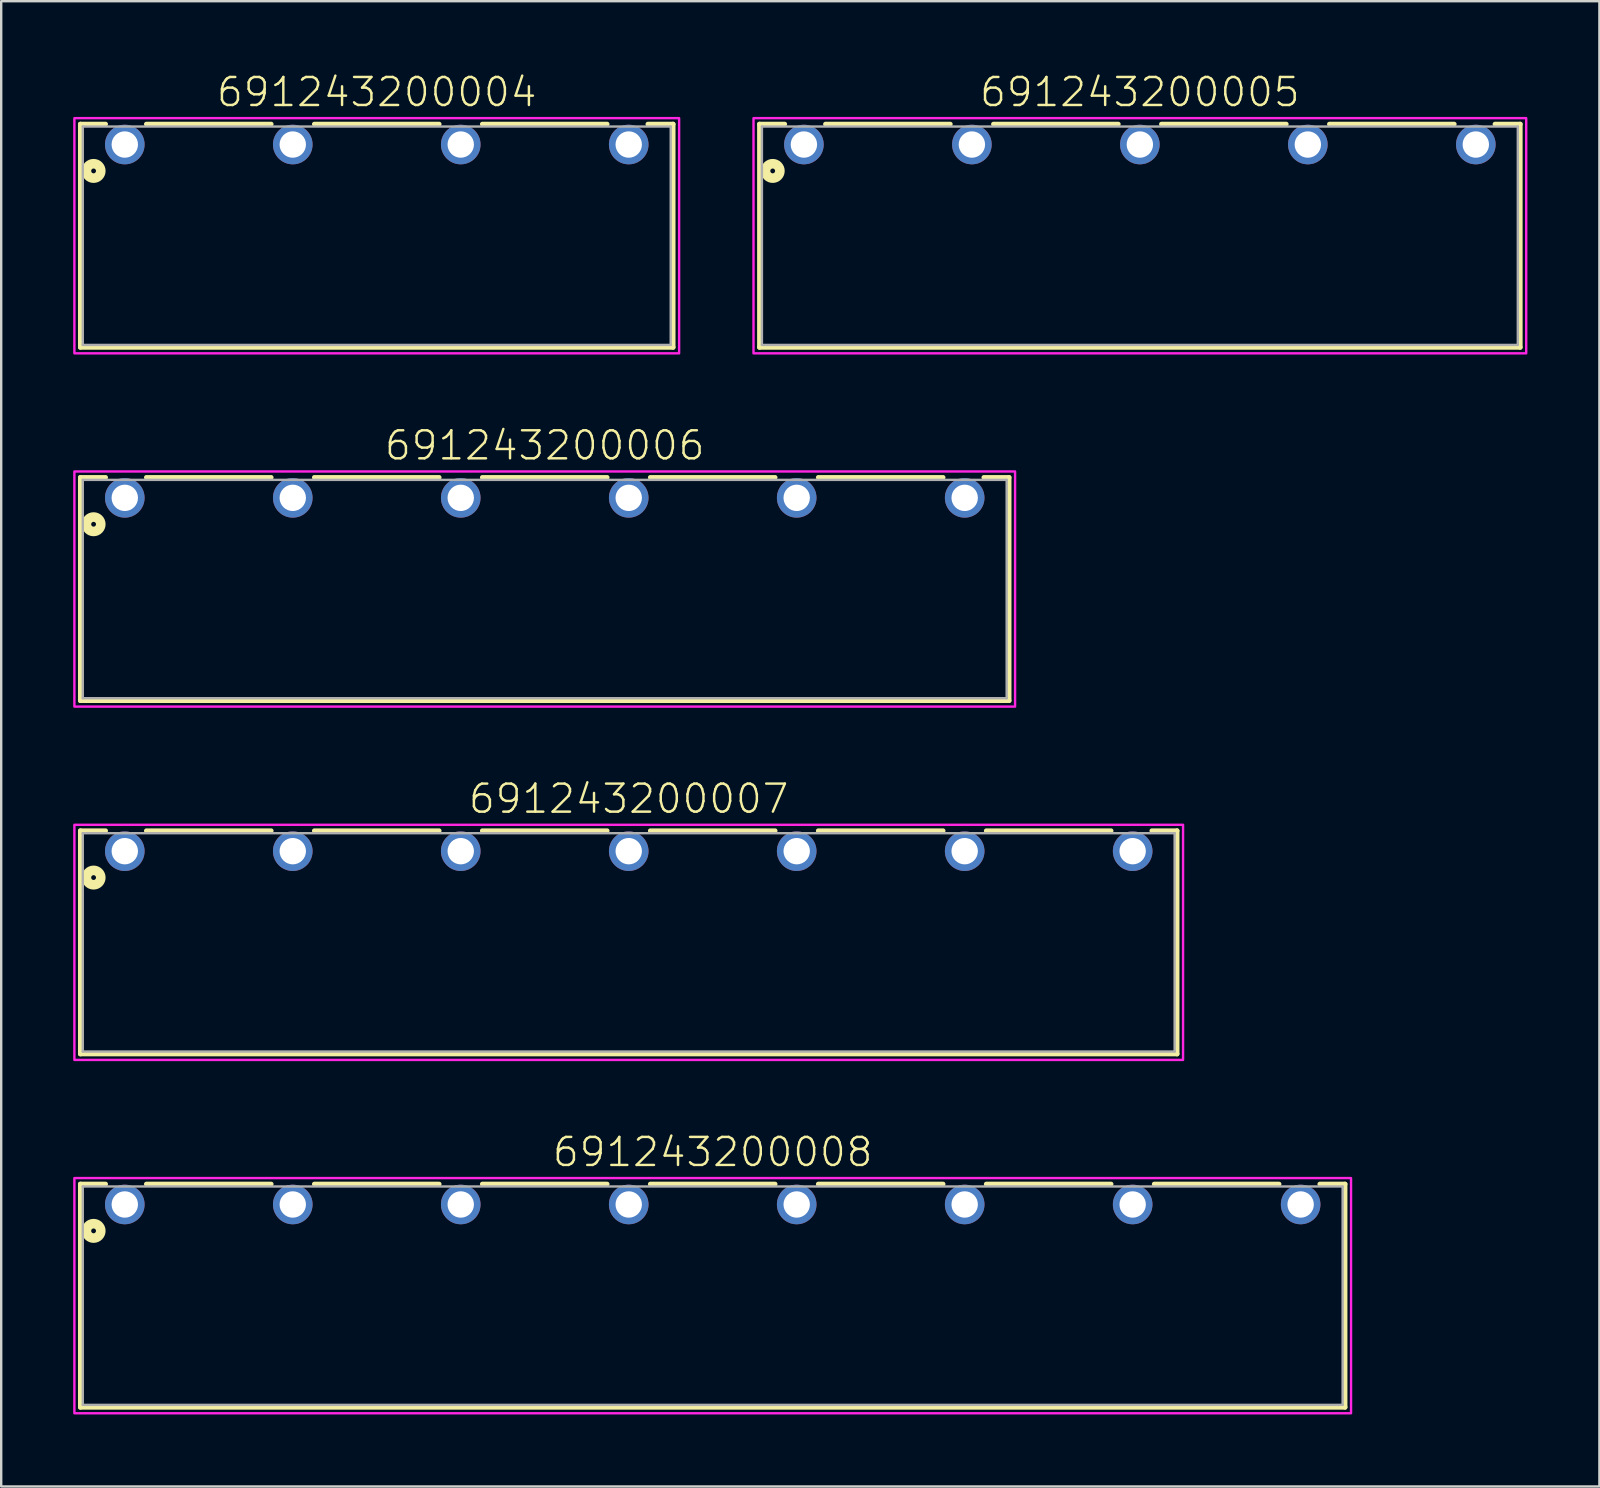
<source format=kicad_pcb>
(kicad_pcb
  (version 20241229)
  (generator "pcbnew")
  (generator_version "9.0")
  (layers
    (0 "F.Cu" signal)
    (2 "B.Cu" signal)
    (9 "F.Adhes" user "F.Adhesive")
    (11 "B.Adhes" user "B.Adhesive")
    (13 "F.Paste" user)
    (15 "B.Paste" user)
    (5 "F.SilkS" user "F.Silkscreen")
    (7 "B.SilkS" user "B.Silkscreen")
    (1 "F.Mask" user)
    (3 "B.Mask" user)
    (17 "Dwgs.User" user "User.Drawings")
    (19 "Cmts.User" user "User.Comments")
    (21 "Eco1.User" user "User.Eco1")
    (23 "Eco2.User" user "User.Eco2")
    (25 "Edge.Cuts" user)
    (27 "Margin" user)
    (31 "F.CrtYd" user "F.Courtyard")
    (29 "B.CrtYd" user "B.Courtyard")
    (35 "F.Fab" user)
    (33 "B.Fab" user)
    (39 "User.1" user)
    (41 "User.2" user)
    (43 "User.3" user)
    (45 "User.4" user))
  (footprint "691243200005"
    (layer "F.Cu")
    (at 44.45 2.973)
    (property "Reference" "691243200005" (at 0 -1.5 0) (unlocked yes) (layer "F.SilkS") (effects (font (size 1.168 1.168) (thickness 0.102)) (justify bottom)))
    (fp_line (start -15.85 -0.85) (end -14.8 -0.85) (stroke (width 0.2) (type solid)) (layer "F.SilkS"))
    (fp_line (start -15.85 8.45) (end -15.85 -0.85) (stroke (width 0.2) (type solid)) (layer "F.SilkS"))
    (fp_line (start -13.1 -0.85) (end -7.9 -0.85) (stroke (width 0.2) (type solid)) (layer "F.SilkS"))
    (fp_line (start -6.1 -0.85) (end -0.9 -0.85) (stroke (width 0.2) (type solid)) (layer "F.SilkS"))
    (fp_line (start 0.9 -0.85) (end 6.1 -0.85) (stroke (width 0.2) (type solid)) (layer "F.SilkS"))
    (fp_line (start 7.9 -0.85) (end 13.1 -0.85) (stroke (width 0.2) (type solid)) (layer "F.SilkS"))
    (fp_line (start 14.8 -0.85) (end 15.85 -0.85) (stroke (width 0.2) (type solid)) (layer "F.SilkS"))
    (fp_line (start 15.85 -0.85) (end 15.85 8.45) (stroke (width 0.2) (type solid)) (layer "F.SilkS"))
    (fp_line (start 15.85 8.45) (end -15.85 8.45) (stroke (width 0.2) (type solid)) (layer "F.SilkS"))
    (fp_circle (center -15.3 1.1) (end -15.2 1.1) (stroke (width 0.4) (type solid)) (fill no) (layer "F.SilkS"))
    (fp_poly (pts (xy 16.1 8.7) (xy -16.1 8.7) (xy -16.1 -1.1) (xy 16.1 -1.1)) (stroke (width 0.1) (type default)) (fill no) (layer "F.CrtYd"))
    (fp_line (start -15.75 -0.75) (end 15.75 -0.75) (stroke (width 0.1) (type solid)) (layer "F.Fab"))
    (fp_line (start -15.75 8.35) (end -15.75 -0.75) (stroke (width 0.1) (type solid)) (layer "F.Fab"))
    (fp_line (start 15.75 -0.75) (end 15.75 8.35) (stroke (width 0.1) (type solid)) (layer "F.Fab"))
    (fp_line (start 15.75 8.35) (end -15.75 8.35) (stroke (width 0.1) (type solid)) (layer "F.Fab"))
    (pad "1" thru_hole circle (at -14 0 180) (size 1.65 1.65) (drill 1.1) (layers "*.Cu" "*.Mask"))
    (pad "2" thru_hole circle (at -7 0 180) (size 1.65 1.65) (drill 1.1) (layers "*.Cu" "*.Mask"))
    (pad "3" thru_hole circle (at 0 0 180) (size 1.65 1.65) (drill 1.1) (layers "*.Cu" "*.Mask"))
    (pad "4" thru_hole circle (at 7 0 180) (size 1.65 1.65) (drill 1.1) (layers "*.Cu" "*.Mask"))
    (pad "5" thru_hole circle (at 14 0 180) (size 1.65 1.65) (drill 1.1) (layers "*.Cu" "*.Mask")))
  (footprint "691243200008"
    (layer "F.Cu")
    (at 26.65 47.143)
    (property "Reference" "691243200008" (at 0 -1.5 0) (unlocked yes) (layer "F.SilkS") (effects (font (size 1.168 1.168) (thickness 0.102)) (justify bottom)))
    (fp_line (start -26.35 -0.85) (end -25.3 -0.85) (stroke (width 0.2) (type solid)) (layer "F.SilkS"))
    (fp_line (start -26.35 8.45) (end -26.35 -0.85) (stroke (width 0.2) (type solid)) (layer "F.SilkS"))
    (fp_line (start -23.6 -0.85) (end -18.4 -0.85) (stroke (width 0.2) (type solid)) (layer "F.SilkS"))
    (fp_line (start -16.6 -0.85) (end -11.4 -0.85) (stroke (width 0.2) (type solid)) (layer "F.SilkS"))
    (fp_line (start -9.6 -0.85) (end -4.4 -0.85) (stroke (width 0.2) (type solid)) (layer "F.SilkS"))
    (fp_line (start -2.6 -0.85) (end 2.6 -0.85) (stroke (width 0.2) (type solid)) (layer "F.SilkS"))
    (fp_line (start 4.4 -0.85) (end 9.6 -0.85) (stroke (width 0.2) (type solid)) (layer "F.SilkS"))
    (fp_line (start 11.4 -0.85) (end 16.6 -0.85) (stroke (width 0.2) (type solid)) (layer "F.SilkS"))
    (fp_line (start 18.4 -0.85) (end 23.6 -0.85) (stroke (width 0.2) (type solid)) (layer "F.SilkS"))
    (fp_line (start 25.3 -0.85) (end 26.35 -0.85) (stroke (width 0.2) (type solid)) (layer "F.SilkS"))
    (fp_line (start 26.35 -0.85) (end 26.35 8.45) (stroke (width 0.2) (type solid)) (layer "F.SilkS"))
    (fp_line (start 26.35 8.45) (end -26.35 8.45) (stroke (width 0.2) (type solid)) (layer "F.SilkS"))
    (fp_circle (center -25.8 1.1) (end -25.7 1.1) (stroke (width 0.4) (type solid)) (fill no) (layer "F.SilkS"))
    (fp_poly (pts (xy 26.6 8.7) (xy -26.6 8.7) (xy -26.6 -1.1) (xy 26.6 -1.1)) (stroke (width 0.1) (type default)) (fill no) (layer "F.CrtYd"))
    (fp_line (start -26.25 -0.75) (end 26.25 -0.75) (stroke (width 0.1) (type solid)) (layer "F.Fab"))
    (fp_line (start -26.25 8.35) (end -26.25 -0.75) (stroke (width 0.1) (type solid)) (layer "F.Fab"))
    (fp_line (start 26.25 -0.75) (end 26.25 8.35) (stroke (width 0.1) (type solid)) (layer "F.Fab"))
    (fp_line (start 26.25 8.35) (end -26.25 8.35) (stroke (width 0.1) (type solid)) (layer "F.Fab"))
    (pad "1" thru_hole circle (at -24.5 0 180) (size 1.65 1.65) (drill 1.1) (layers "*.Cu" "*.Mask"))
    (pad "2" thru_hole circle (at -17.5 0 180) (size 1.65 1.65) (drill 1.1) (layers "*.Cu" "*.Mask"))
    (pad "3" thru_hole circle (at -10.5 0 180) (size 1.65 1.65) (drill 1.1) (layers "*.Cu" "*.Mask"))
    (pad "4" thru_hole circle (at -3.5 0 180) (size 1.65 1.65) (drill 1.1) (layers "*.Cu" "*.Mask"))
    (pad "5" thru_hole circle (at 3.5 0 180) (size 1.65 1.65) (drill 1.1) (layers "*.Cu" "*.Mask"))
    (pad "6" thru_hole circle (at 10.5 0 180) (size 1.65 1.65) (drill 1.1) (layers "*.Cu" "*.Mask"))
    (pad "7" thru_hole circle (at 17.5 0 180) (size 1.65 1.65) (drill 1.1) (layers "*.Cu" "*.Mask"))
    (pad "8" thru_hole circle (at 24.5 0 180) (size 1.65 1.65) (drill 1.1) (layers "*.Cu" "*.Mask")))
  (footprint "691243200004"
    (layer "F.Cu")
    (at 12.65 2.973)
    (property "Reference" "691243200004" (at 0 -1.5 0) (unlocked yes) (layer "F.SilkS") (effects (font (size 1.168 1.168) (thickness 0.102)) (justify bottom)))
    (fp_line (start -12.35 -0.85) (end -11.3 -0.85) (stroke (width 0.2) (type solid)) (layer "F.SilkS"))
    (fp_line (start -12.35 8.45) (end -12.35 -0.85) (stroke (width 0.2) (type solid)) (layer "F.SilkS"))
    (fp_line (start -9.6 -0.85) (end -4.4 -0.85) (stroke (width 0.2) (type solid)) (layer "F.SilkS"))
    (fp_line (start -2.6 -0.85) (end 2.6 -0.85) (stroke (width 0.2) (type solid)) (layer "F.SilkS"))
    (fp_line (start 4.4 -0.85) (end 9.6 -0.85) (stroke (width 0.2) (type solid)) (layer "F.SilkS"))
    (fp_line (start 11.3 -0.85) (end 12.35 -0.85) (stroke (width 0.2) (type solid)) (layer "F.SilkS"))
    (fp_line (start 12.35 -0.85) (end 12.35 8.45) (stroke (width 0.2) (type solid)) (layer "F.SilkS"))
    (fp_line (start 12.35 8.45) (end -12.35 8.45) (stroke (width 0.2) (type solid)) (layer "F.SilkS"))
    (fp_circle (center -11.8 1.1) (end -11.7 1.1) (stroke (width 0.4) (type solid)) (fill no) (layer "F.SilkS"))
    (fp_poly (pts (xy 12.6 8.7) (xy -12.6 8.7) (xy -12.6 -1.1) (xy 12.6 -1.1)) (stroke (width 0.1) (type default)) (fill no) (layer "F.CrtYd"))
    (fp_line (start -12.25 -0.75) (end 12.25 -0.75) (stroke (width 0.1) (type solid)) (layer "F.Fab"))
    (fp_line (start -12.25 8.35) (end -12.25 -0.75) (stroke (width 0.1) (type solid)) (layer "F.Fab"))
    (fp_line (start 12.25 -0.75) (end 12.25 8.35) (stroke (width 0.1) (type solid)) (layer "F.Fab"))
    (fp_line (start 12.25 8.35) (end -12.25 8.35) (stroke (width 0.1) (type solid)) (layer "F.Fab"))
    (pad "1" thru_hole circle (at -10.5 0) (size 1.65 1.65) (drill 1.1) (layers "*.Cu" "*.Mask"))
    (pad "2" thru_hole circle (at -3.5 0) (size 1.65 1.65) (drill 1.1) (layers "*.Cu" "*.Mask"))
    (pad "3" thru_hole circle (at 3.5 0) (size 1.65 1.65) (drill 1.1) (layers "*.Cu" "*.Mask"))
    (pad "4" thru_hole circle (at 10.5 0) (size 1.65 1.65) (drill 1.1) (layers "*.Cu" "*.Mask")))
  (footprint "691243200007"
    (layer "F.Cu")
    (at 23.15 32.42)
    (property "Reference" "691243200007" (at 0 -1.5 0) (unlocked yes) (layer "F.SilkS") (effects (font (size 1.168 1.168) (thickness 0.102)) (justify bottom)))
    (fp_line (start -22.85 -0.85) (end -21.8 -0.85) (stroke (width 0.2) (type solid)) (layer "F.SilkS"))
    (fp_line (start -22.85 8.45) (end -22.85 -0.85) (stroke (width 0.2) (type solid)) (layer "F.SilkS"))
    (fp_line (start -20.1 -0.85) (end -14.9 -0.85) (stroke (width 0.2) (type solid)) (layer "F.SilkS"))
    (fp_line (start -13.1 -0.85) (end -7.9 -0.85) (stroke (width 0.2) (type solid)) (layer "F.SilkS"))
    (fp_line (start -6.1 -0.85) (end -0.9 -0.85) (stroke (width 0.2) (type solid)) (layer "F.SilkS"))
    (fp_line (start 0.9 -0.85) (end 6.1 -0.85) (stroke (width 0.2) (type solid)) (layer "F.SilkS"))
    (fp_line (start 7.9 -0.85) (end 13.1 -0.85) (stroke (width 0.2) (type solid)) (layer "F.SilkS"))
    (fp_line (start 14.9 -0.85) (end 20.1 -0.85) (stroke (width 0.2) (type solid)) (layer "F.SilkS"))
    (fp_line (start 21.8 -0.85) (end 22.85 -0.85) (stroke (width 0.2) (type solid)) (layer "F.SilkS"))
    (fp_line (start 22.85 -0.85) (end 22.85 8.45) (stroke (width 0.2) (type solid)) (layer "F.SilkS"))
    (fp_line (start 22.85 8.45) (end -22.85 8.45) (stroke (width 0.2) (type solid)) (layer "F.SilkS"))
    (fp_circle (center -22.3 1.1) (end -22.2 1.1) (stroke (width 0.4) (type solid)) (fill no) (layer "F.SilkS"))
    (fp_poly (pts (xy 23.1 8.7) (xy -23.1 8.7) (xy -23.1 -1.1) (xy 23.1 -1.1)) (stroke (width 0.1) (type default)) (fill no) (layer "F.CrtYd"))
    (fp_line (start -22.75 -0.75) (end 22.75 -0.75) (stroke (width 0.1) (type solid)) (layer "F.Fab"))
    (fp_line (start -22.75 8.35) (end -22.75 -0.75) (stroke (width 0.1) (type solid)) (layer "F.Fab"))
    (fp_line (start 22.75 -0.75) (end 22.75 8.35) (stroke (width 0.1) (type solid)) (layer "F.Fab"))
    (fp_line (start 22.75 8.35) (end -22.75 8.35) (stroke (width 0.1) (type solid)) (layer "F.Fab"))
    (pad "1" thru_hole circle (at -21 0 180) (size 1.65 1.65) (drill 1.1) (layers "*.Cu" "*.Mask"))
    (pad "2" thru_hole circle (at -14 0 180) (size 1.65 1.65) (drill 1.1) (layers "*.Cu" "*.Mask"))
    (pad "3" thru_hole circle (at -7 0 180) (size 1.65 1.65) (drill 1.1) (layers "*.Cu" "*.Mask"))
    (pad "4" thru_hole circle (at 0 0 180) (size 1.65 1.65) (drill 1.1) (layers "*.Cu" "*.Mask"))
    (pad "5" thru_hole circle (at 7 0 180) (size 1.65 1.65) (drill 1.1) (layers "*.Cu" "*.Mask"))
    (pad "6" thru_hole circle (at 14 0 180) (size 1.65 1.65) (drill 1.1) (layers "*.Cu" "*.Mask"))
    (pad "7" thru_hole circle (at 21 0 180) (size 1.65 1.65) (drill 1.1) (layers "*.Cu" "*.Mask")))
  (footprint "691243200006"
    (layer "F.Cu")
    (at 19.65 17.696)
    (property "Reference" "691243200006" (at 0 -1.5 0) (unlocked yes) (layer "F.SilkS") (effects (font (size 1.168 1.168) (thickness 0.102)) (justify bottom)))
    (fp_line (start -19.35 -0.85) (end -18.3 -0.85) (stroke (width 0.2) (type solid)) (layer "F.SilkS"))
    (fp_line (start -19.35 8.45) (end -19.35 -0.85) (stroke (width 0.2) (type solid)) (layer "F.SilkS"))
    (fp_line (start -16.6 -0.85) (end -11.4 -0.85) (stroke (width 0.2) (type solid)) (layer "F.SilkS"))
    (fp_line (start -9.6 -0.85) (end -4.4 -0.85) (stroke (width 0.2) (type solid)) (layer "F.SilkS"))
    (fp_line (start -2.6 -0.85) (end 2.6 -0.85) (stroke (width 0.2) (type solid)) (layer "F.SilkS"))
    (fp_line (start 4.4 -0.85) (end 9.6 -0.85) (stroke (width 0.2) (type solid)) (layer "F.SilkS"))
    (fp_line (start 11.4 -0.85) (end 16.6 -0.85) (stroke (width 0.2) (type solid)) (layer "F.SilkS"))
    (fp_line (start 18.3 -0.85) (end 19.35 -0.85) (stroke (width 0.2) (type solid)) (layer "F.SilkS"))
    (fp_line (start 19.35 -0.85) (end 19.35 8.45) (stroke (width 0.2) (type solid)) (layer "F.SilkS"))
    (fp_line (start 19.35 8.45) (end -19.35 8.45) (stroke (width 0.2) (type solid)) (layer "F.SilkS"))
    (fp_circle (center -18.8 1.1) (end -18.7 1.1) (stroke (width 0.4) (type solid)) (fill no) (layer "F.SilkS"))
    (fp_poly (pts (xy 19.6 8.7) (xy -19.6 8.7) (xy -19.6 -1.1) (xy 19.6 -1.1)) (stroke (width 0.1) (type default)) (fill no) (layer "F.CrtYd"))
    (fp_line (start -19.25 -0.75) (end 19.25 -0.75) (stroke (width 0.1) (type solid)) (layer "F.Fab"))
    (fp_line (start -19.25 8.35) (end -19.25 -0.75) (stroke (width 0.1) (type solid)) (layer "F.Fab"))
    (fp_line (start 19.25 -0.75) (end 19.25 8.35) (stroke (width 0.1) (type solid)) (layer "F.Fab"))
    (fp_line (start 19.25 8.35) (end -19.25 8.35) (stroke (width 0.1) (type solid)) (layer "F.Fab"))
    (pad "1" thru_hole circle (at -17.5 0 180) (size 1.65 1.65) (drill 1.1) (layers "*.Cu" "*.Mask"))
    (pad "2" thru_hole circle (at -10.5 0 180) (size 1.65 1.65) (drill 1.1) (layers "*.Cu" "*.Mask"))
    (pad "3" thru_hole circle (at -3.5 0 180) (size 1.65 1.65) (drill 1.1) (layers "*.Cu" "*.Mask"))
    (pad "4" thru_hole circle (at 3.5 0 180) (size 1.65 1.65) (drill 1.1) (layers "*.Cu" "*.Mask"))
    (pad "5" thru_hole circle (at 10.5 0 180) (size 1.65 1.65) (drill 1.1) (layers "*.Cu" "*.Mask"))
    (pad "6" thru_hole circle (at 17.5 0 180) (size 1.65 1.65) (drill 1.1) (layers "*.Cu" "*.Mask")))
  (gr_rect
    (start -3 -3)
    (end 63.6 58.893)
    (stroke (width 0.1) (type default))
    (fill no)
    (layer "Edge.Cuts")))
</source>
